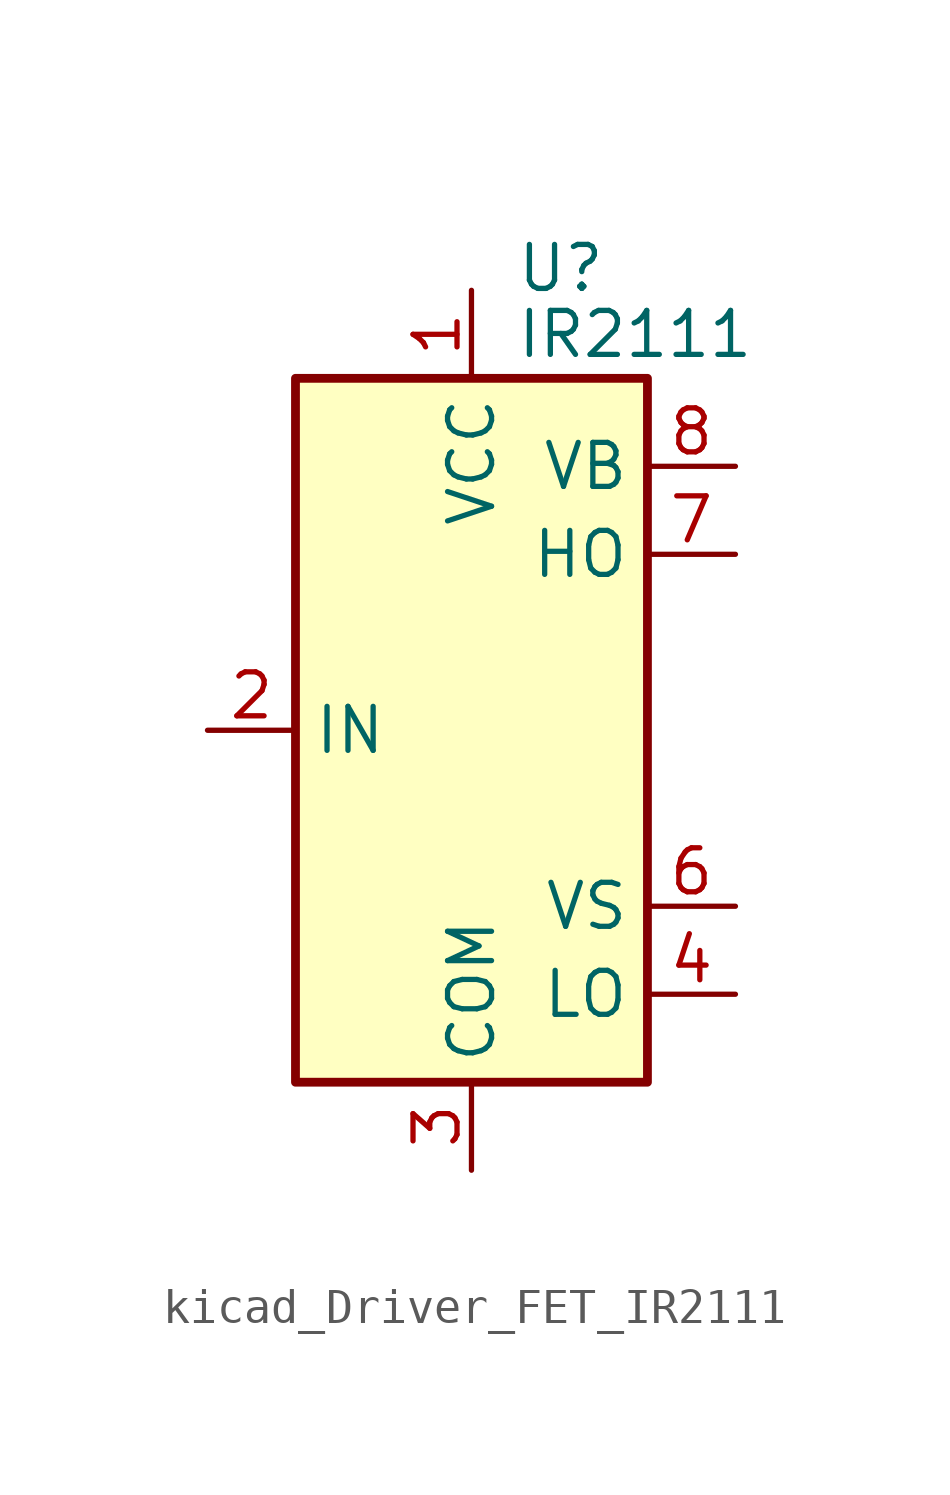
<source format=kicad_sym>
(kicad_symbol_lib
  (version 20220914)
  (generator kicad_symbol_editor)
  (symbol "kicad_Driver_FET_IR2111"
    (property "Reference" "U"
      (at 1.27 13.335 0)
      (effects (font (size 1.27 1.27)) (justify left)))
    (property "Value" "IR2111"
      (at 1.27 11.43 0)
      (effects (font (size 1.27 1.27)) (justify left)))
    (symbol "kicad_Driver_FET_IR2111_0_1"
      (rectangle (start -5.08 -10.16) (end 5.08 10.16) (stroke (width 0.254) (type default)) (fill (type background))))
    (symbol "kicad_Driver_FET_IR2111_1_1"
      (pin power_in line (at 0 12.7 270) (length 2.54) (name "VCC" (effects (font (size 1.27 1.27)))) (number "1" (effects (font (size 1.27 1.27)))))
      (pin input line (at -7.62 0 0) (length 2.54) (name "IN" (effects (font (size 1.27 1.27)))) (number "2" (effects (font (size 1.27 1.27)))))
      (pin power_in line (at 0 -12.7 90) (length 2.54) (name "COM" (effects (font (size 1.27 1.27)))) (number "3" (effects (font (size 1.27 1.27)))))
      (pin output line (at 7.62 -7.62 180) (length 2.54) (name "LO" (effects (font (size 1.27 1.27)))) (number "4" (effects (font (size 1.27 1.27)))))
      (pin no_connect line (at -5.08 7.62 0) (length 2.54) hide (name "NC" (effects (font (size 1.27 1.27)))) (number "5" (effects (font (size 1.27 1.27)))))
      (pin passive line (at 7.62 -5.08 180) (length 2.54) (name "VS" (effects (font (size 1.27 1.27)))) (number "6" (effects (font (size 1.27 1.27)))))
      (pin output line (at 7.62 5.08 180) (length 2.54) (name "HO" (effects (font (size 1.27 1.27)))) (number "7" (effects (font (size 1.27 1.27)))))
      (pin passive line (at 7.62 7.62 180) (length 2.54) (name "VB" (effects (font (size 1.27 1.27)))) (number "8" (effects (font (size 1.27 1.27))))))))
</source>
